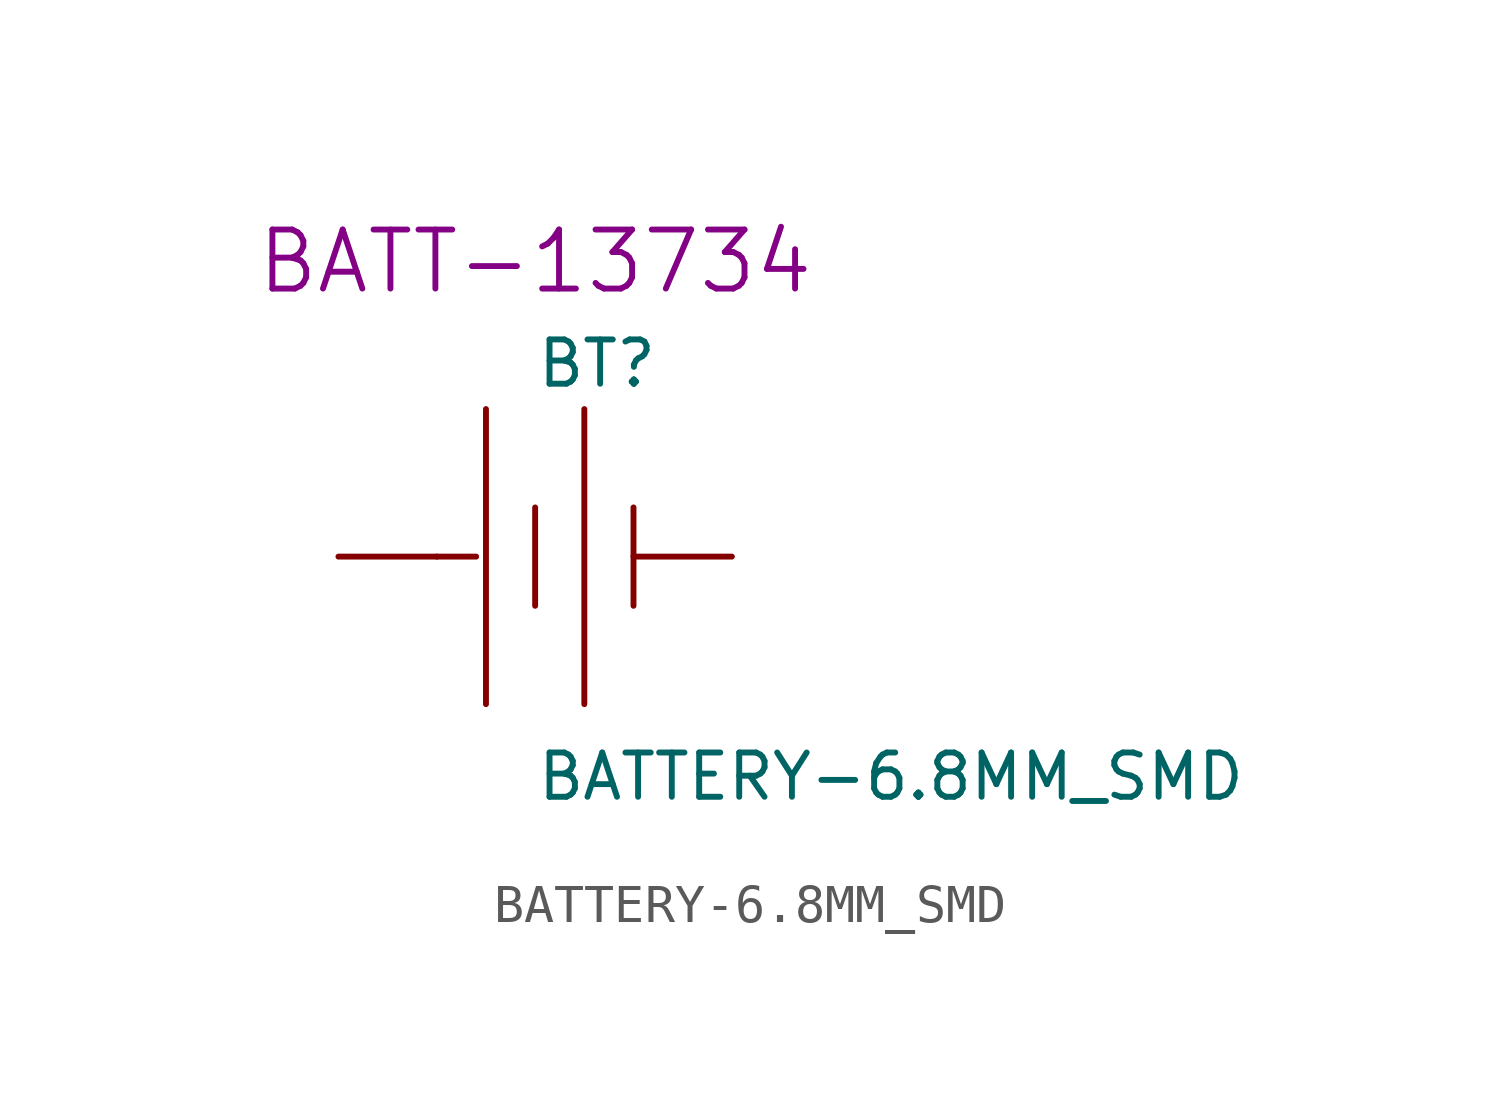
<source format=kicad_sym>
(kicad_symbol_lib
  (version 20220914)
  (generator kicad_symbol_editor)
  (symbol "BATTERY-6.8MM_SMD"
    (pin_numbers hide)
    (pin_names
      (offset 1.016) hide)
    (property "Reference" "BT"
      (at 0 4.318 0)
      (effects (font (size 1.143 1.143)) (justify left bottom)))
    (property "Value" "BATTERY-6.8MM_SMD"
      (at 0 -6.35 0)
      (effects (font (size 1.143 1.143)) (justify left bottom)))
    (property "Field4" "BATT-13734"
      (at 0 7.62 0)
      (effects (font (size 1.524 1.524))))
    (property "ki_locked" ""
      (at 0 0 0)
      (effects (font (size 1.27 1.27))))
    (symbol "BATTERY-6.8MM_SMD_1_0"
      (polyline (pts (xy -2.54 0) (xy -1.524 0)) (stroke (width 0) (type solid)) (fill (type none)))
      (polyline (pts (xy -1.27 3.81) (xy -1.27 -3.81)) (stroke (width 0) (type solid)) (fill (type none)))
      (polyline (pts (xy 0 1.27) (xy 0 -1.27)) (stroke (width 0) (type solid)) (fill (type none)))
      (polyline (pts (xy 1.27 3.81) (xy 1.27 -3.81)) (stroke (width 0) (type solid)) (fill (type none)))
      (polyline (pts (xy 2.54 1.27) (xy 2.54 -1.27)) (stroke (width 0) (type solid)) (fill (type none))))
    (symbol "BATTERY-6.8MM_SMD_1_1"
      (pin power_in line (at -5.08 0 0) (length 2.54) (name "+" (effects (font (size 1.016 1.016)))) (number "+" (effects (font (size 1.016 1.016)))))
      (pin power_in line (at 5.08 0 180) (length 2.54) (name "-" (effects (font (size 1.016 1.016)))) (number "-" (effects (font (size 1.016 1.016))))))))
</source>
